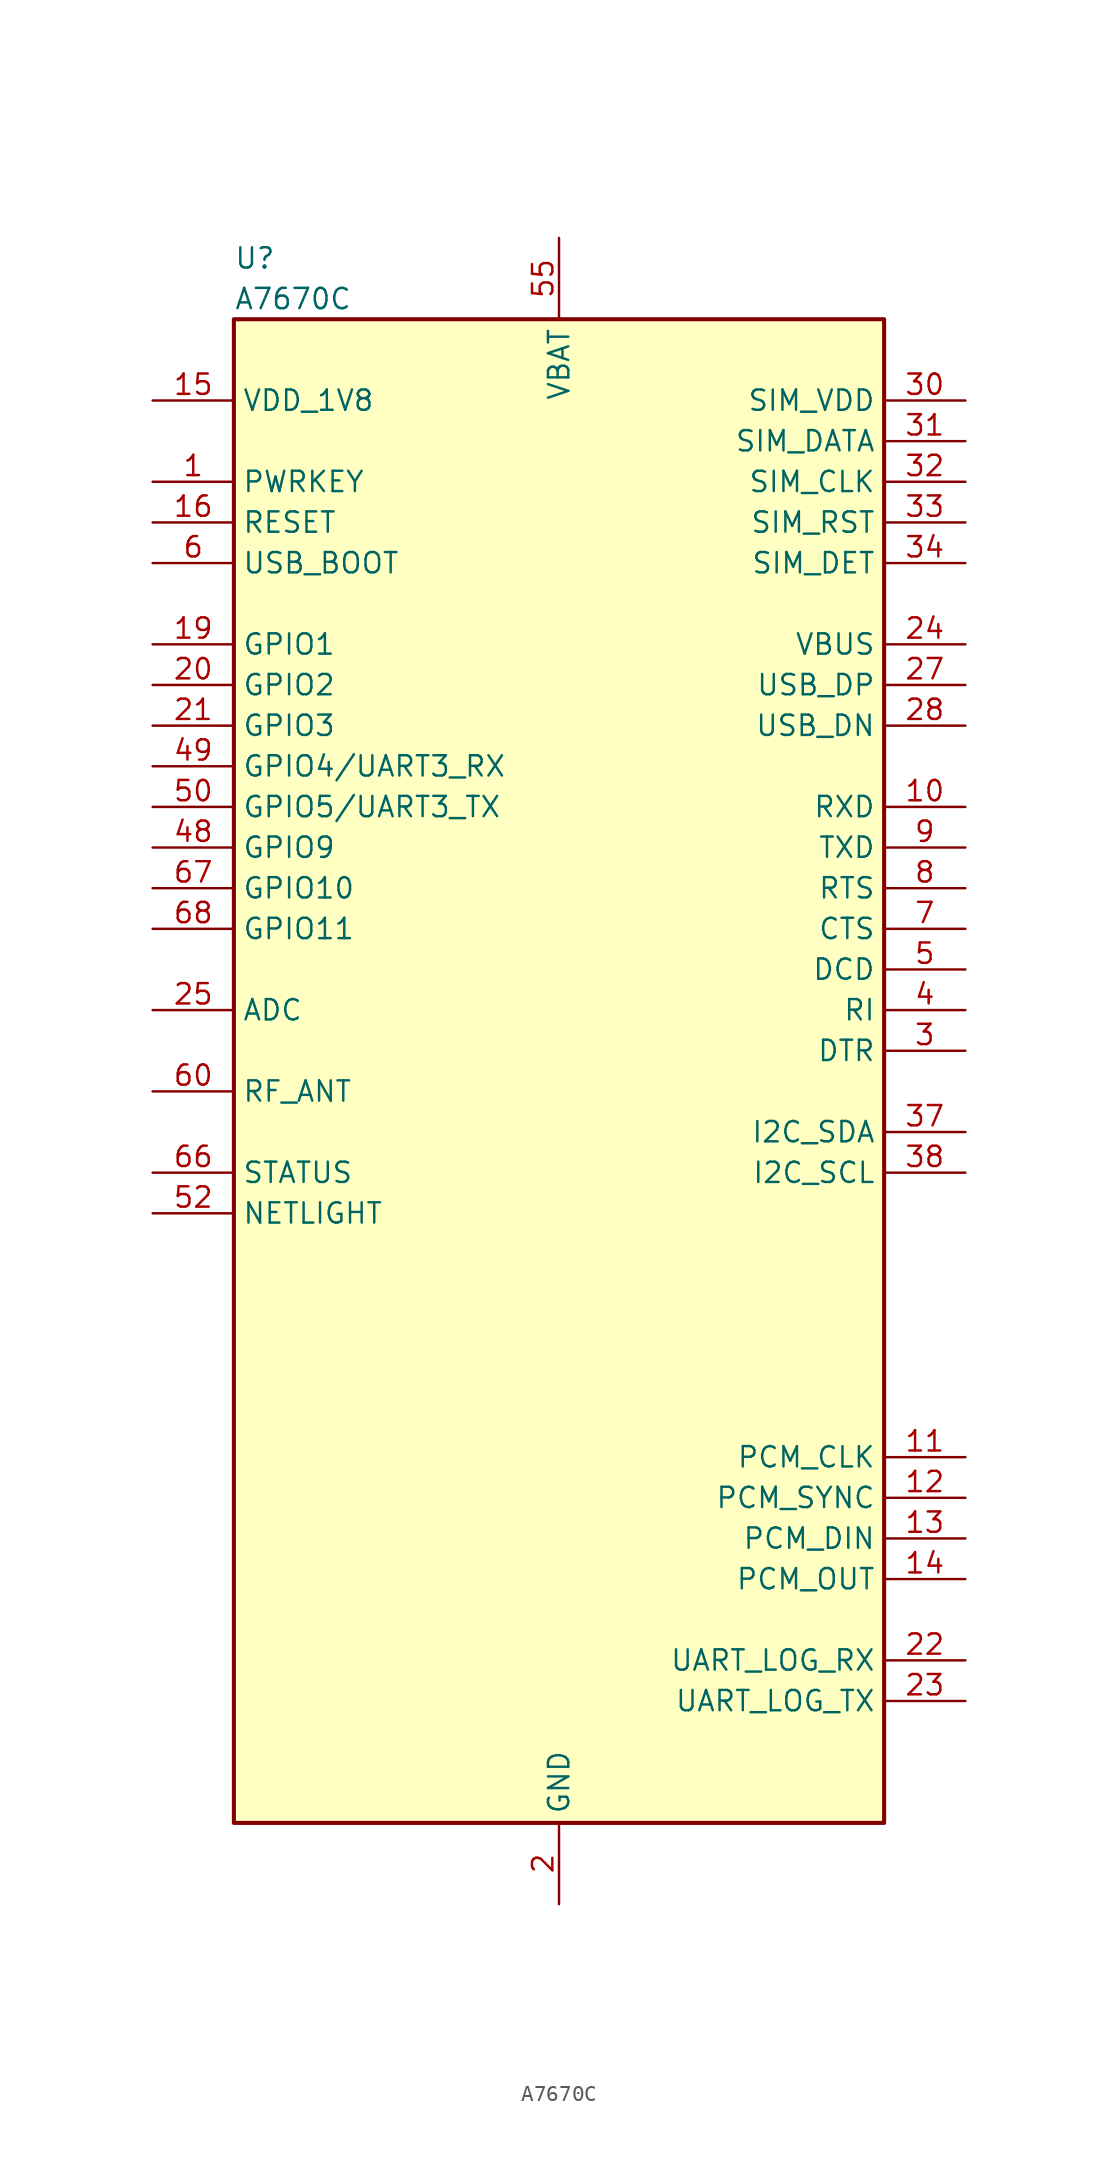
<source format=kicad_sym>
(kicad_symbol_lib
  (version 20220914)
  (generator kicad_symbol_editor)
  (symbol "A7670C"
    (property "Reference" "U"
      (at -20.32 46.99 0)
      (effects (font (size 1.27 1.27)) (justify left)))
    (property "Value" "A7670C"
      (at -20.32 44.45 0)
      (effects (font (size 1.27 1.27)) (justify left)))
    (symbol "A7670C_0_0"
      (pin input line (at -25.4 33.02 0) (length 5.08) (name "PWRKEY" (effects (font (size 1.27 1.27)))) (number "1" (effects (font (size 1.27 1.27)))))
      (pin input line (at 25.4 12.7 180) (length 5.08) (name "RXD" (effects (font (size 1.27 1.27)))) (number "10" (effects (font (size 1.27 1.27)))))
      (pin output line (at 25.4 -27.94 180) (length 5.08) (name "PCM_CLK" (effects (font (size 1.27 1.27)))) (number "11" (effects (font (size 1.27 1.27)))))
      (pin bidirectional line (at 25.4 -30.48 180) (length 5.08) (name "PCM_SYNC" (effects (font (size 1.27 1.27)))) (number "12" (effects (font (size 1.27 1.27)))))
      (pin input line (at 25.4 -33.02 180) (length 5.08) (name "PCM_DIN" (effects (font (size 1.27 1.27)))) (number "13" (effects (font (size 1.27 1.27)))))
      (pin output line (at 25.4 -35.56 180) (length 5.08) (name "PCM_OUT" (effects (font (size 1.27 1.27)))) (number "14" (effects (font (size 1.27 1.27)))))
      (pin power_out line (at -25.4 38.1 0) (length 5.08) (name "VDD_1V8" (effects (font (size 1.27 1.27)))) (number "15" (effects (font (size 1.27 1.27)))))
      (pin bidirectional line (at -25.4 22.86 0) (length 5.08) (name "GPIO1" (effects (font (size 1.27 1.27)))) (number "19" (effects (font (size 1.27 1.27)))))
      (pin bidirectional line (at -25.4 20.32 0) (length 5.08) (name "GPIO2" (effects (font (size 1.27 1.27)))) (number "20" (effects (font (size 1.27 1.27)))))
      (pin bidirectional line (at -25.4 17.78 0) (length 5.08) (name "GPIO3" (effects (font (size 1.27 1.27)))) (number "21" (effects (font (size 1.27 1.27)))))
      (pin input line (at 25.4 -40.64 180) (length 5.08) (name "UART_LOG_RX" (effects (font (size 1.27 1.27)))) (number "22" (effects (font (size 1.27 1.27)))))
      (pin output line (at 25.4 -43.18 180) (length 5.08) (name "UART_LOG_TX" (effects (font (size 1.27 1.27)))) (number "23" (effects (font (size 1.27 1.27)))))
      (pin input line (at 25.4 22.86 180) (length 5.08) (name "VBUS" (effects (font (size 1.27 1.27)))) (number "24" (effects (font (size 1.27 1.27)))))
      (pin input line (at -25.4 0 0) (length 5.08) (name "ADC" (effects (font (size 1.27 1.27)))) (number "25" (effects (font (size 1.27 1.27)))))
      (pin bidirectional line (at 25.4 20.32 180) (length 5.08) (name "USB_DP" (effects (font (size 1.27 1.27)))) (number "27" (effects (font (size 1.27 1.27)))))
      (pin input line (at 25.4 -2.54 180) (length 5.08) (name "DTR" (effects (font (size 1.27 1.27)))) (number "3" (effects (font (size 1.27 1.27)))))
      (pin input line (at 25.4 27.94 180) (length 5.08) (name "SIM_DET" (effects (font (size 1.27 1.27)))) (number "34" (effects (font (size 1.27 1.27)))))
      (pin no_connect line (at 0 5.08 180) (length 5.08) hide (name "NC" (effects (font (size 1.27 1.27)))) (number "35" (effects (font (size 1.27 1.27)))))
      (pin no_connect line (at 0 3.81 180) (length 5.08) hide (name "NC" (effects (font (size 1.27 1.27)))) (number "36" (effects (font (size 1.27 1.27)))))
      (pin bidirectional line (at 25.4 -7.62 180) (length 5.08) (name "I2C_SDA" (effects (font (size 1.27 1.27)))) (number "37" (effects (font (size 1.27 1.27)))))
      (pin output line (at 25.4 0 180) (length 5.08) (name "RI" (effects (font (size 1.27 1.27)))) (number "4" (effects (font (size 1.27 1.27)))))
      (pin no_connect line (at 0 2.54 180) (length 5.08) hide (name "NC" (effects (font (size 1.27 1.27)))) (number "40" (effects (font (size 1.27 1.27)))))
      (pin no_connect line (at 0 1.27 180) (length 5.08) hide (name "NC" (effects (font (size 1.27 1.27)))) (number "41" (effects (font (size 1.27 1.27)))))
      (pin no_connect line (at 0 0 180) (length 5.08) hide (name "NC" (effects (font (size 1.27 1.27)))) (number "42" (effects (font (size 1.27 1.27)))))
      (pin no_connect line (at 0 -1.27 180) (length 5.08) hide (name "NC" (effects (font (size 1.27 1.27)))) (number "43" (effects (font (size 1.27 1.27)))))
      (pin no_connect line (at 0 -3.81 180) (length 5.08) hide (name "NC" (effects (font (size 1.27 1.27)))) (number "47" (effects (font (size 1.27 1.27)))))
      (pin bidirectional line (at -25.4 10.16 0) (length 5.08) (name "GPIO9" (effects (font (size 1.27 1.27)))) (number "48" (effects (font (size 1.27 1.27)))))
      (pin bidirectional line (at -25.4 15.24 0) (length 5.08) (name "GPIO4/UART3_RX" (effects (font (size 1.27 1.27)))) (number "49" (effects (font (size 1.27 1.27)))))
      (pin output line (at 25.4 2.54 180) (length 5.08) (name "DCD" (effects (font (size 1.27 1.27)))) (number "5" (effects (font (size 1.27 1.27)))))
      (pin bidirectional line (at -25.4 12.7 0) (length 5.08) (name "GPIO5/UART3_TX" (effects (font (size 1.27 1.27)))) (number "50" (effects (font (size 1.27 1.27)))))
      (pin no_connect line (at 0 -5.08 180) (length 5.08) hide (name "NC" (effects (font (size 1.27 1.27)))) (number "51" (effects (font (size 1.27 1.27)))))
      (pin power_in line (at 0 48.26 270) (length 5.08) (name "VBAT" (effects (font (size 1.27 1.27)))) (number "55" (effects (font (size 1.27 1.27)))))
      (pin power_in line (at 0 48.26 270) (length 5.08) hide (name "VBAT" (effects (font (size 1.27 1.27)))) (number "56" (effects (font (size 1.27 1.27)))))
      (pin input line (at -25.4 27.94 0) (length 5.08) (name "USB_BOOT" (effects (font (size 1.27 1.27)))) (number "6" (effects (font (size 1.27 1.27)))))
      (pin input line (at -25.4 -10.16 0) (length 5.08) (name "STATUS" (effects (font (size 1.27 1.27)))) (number "66" (effects (font (size 1.27 1.27)))))
      (pin bidirectional line (at -25.4 7.62 0) (length 5.08) (name "GPIO10" (effects (font (size 1.27 1.27)))) (number "67" (effects (font (size 1.27 1.27)))))
      (pin output line (at 25.4 5.08 180) (length 5.08) (name "CTS" (effects (font (size 1.27 1.27)))) (number "7" (effects (font (size 1.27 1.27)))))
      (pin input line (at 25.4 7.62 180) (length 5.08) (name "RTS" (effects (font (size 1.27 1.27)))) (number "8" (effects (font (size 1.27 1.27)))))
      (pin output line (at 25.4 10.16 180) (length 5.08) (name "TXD" (effects (font (size 1.27 1.27)))) (number "9" (effects (font (size 1.27 1.27))))))
    (symbol "A7670C_1_0"
      (rectangle (start -20.32 43.18) (end 20.32 -50.8) (stroke (width 0.254) (type default)) (fill (type background)))
      (pin input line (at -25.4 30.48 0) (length 5.08) (name "RESET" (effects (font (size 1.27 1.27)))) (number "16" (effects (font (size 1.27 1.27)))))
      (pin power_in line (at 0 -55.88 90) (length 5.08) hide (name "GND" (effects (font (size 1.27 1.27)))) (number "17" (effects (font (size 1.27 1.27)))))
      (pin power_in line (at 0 -55.88 90) (length 5.08) hide (name "GND" (effects (font (size 1.27 1.27)))) (number "18" (effects (font (size 1.27 1.27)))))
      (pin power_in line (at 0 -55.88 90) (length 5.08) (name "GND" (effects (font (size 1.27 1.27)))) (number "2" (effects (font (size 1.27 1.27)))))
      (pin no_connect line (at 0 6.35 180) (length 5.08) hide (name "NC" (effects (font (size 1.27 1.27)))) (number "26" (effects (font (size 1.27 1.27)))))
      (pin bidirectional line (at 25.4 17.78 180) (length 5.08) (name "USB_DN" (effects (font (size 1.27 1.27)))) (number "28" (effects (font (size 1.27 1.27)))))
      (pin power_in line (at 0 -55.88 90) (length 5.08) hide (name "GND" (effects (font (size 1.27 1.27)))) (number "29" (effects (font (size 1.27 1.27)))))
      (pin power_out line (at 25.4 38.1 180) (length 5.08) (name "SIM_VDD" (effects (font (size 1.27 1.27)))) (number "30" (effects (font (size 1.27 1.27)))))
      (pin bidirectional line (at 25.4 35.56 180) (length 5.08) (name "SIM_DATA" (effects (font (size 1.27 1.27)))) (number "31" (effects (font (size 1.27 1.27)))))
      (pin bidirectional line (at 25.4 33.02 180) (length 5.08) (name "SIM_CLK" (effects (font (size 1.27 1.27)))) (number "32" (effects (font (size 1.27 1.27)))))
      (pin bidirectional line (at 25.4 30.48 180) (length 5.08) (name "SIM_RST" (effects (font (size 1.27 1.27)))) (number "33" (effects (font (size 1.27 1.27)))))
      (pin output line (at 25.4 -10.16 180) (length 5.08) (name "I2C_SCL" (effects (font (size 1.27 1.27)))) (number "38" (effects (font (size 1.27 1.27)))))
      (pin power_in line (at 0 -55.88 90) (length 5.08) hide (name "GND" (effects (font (size 1.27 1.27)))) (number "39" (effects (font (size 1.27 1.27)))))
      (pin no_connect line (at 0 -2.54 180) (length 5.08) hide (name "NC" (effects (font (size 1.27 1.27)))) (number "44" (effects (font (size 1.27 1.27)))))
      (pin power_in line (at 0 -55.88 90) (length 5.08) hide (name "GND" (effects (font (size 1.27 1.27)))) (number "45" (effects (font (size 1.27 1.27)))))
      (pin power_in line (at 0 -55.88 90) (length 5.08) hide (name "GND" (effects (font (size 1.27 1.27)))) (number "46" (effects (font (size 1.27 1.27)))))
      (pin output line (at -25.4 -12.7 0) (length 5.08) (name "NETLIGHT" (effects (font (size 1.27 1.27)))) (number "52" (effects (font (size 1.27 1.27)))))
      (pin no_connect line (at 0 -6.35 180) (length 5.08) hide (name "NC" (effects (font (size 1.27 1.27)))) (number "53" (effects (font (size 1.27 1.27)))))
      (pin power_in line (at 0 -55.88 90) (length 5.08) hide (name "GND" (effects (font (size 1.27 1.27)))) (number "54" (effects (font (size 1.27 1.27)))))
      (pin power_in line (at 0 48.26 270) (length 5.08) hide (name "VBAT" (effects (font (size 1.27 1.27)))) (number "57" (effects (font (size 1.27 1.27)))))
      (pin power_in line (at 0 -55.88 90) (length 5.08) hide (name "GND" (effects (font (size 1.27 1.27)))) (number "58" (effects (font (size 1.27 1.27)))))
      (pin power_in line (at 0 -55.88 90) (length 5.08) hide (name "GND" (effects (font (size 1.27 1.27)))) (number "59" (effects (font (size 1.27 1.27)))))
      (pin bidirectional line (at -25.4 -5.08 0) (length 5.08) (name "RF_ANT" (effects (font (size 1.27 1.27)))) (number "60" (effects (font (size 1.27 1.27)))))
      (pin power_in line (at 0 -55.88 90) (length 5.08) hide (name "GND" (effects (font (size 1.27 1.27)))) (number "61" (effects (font (size 1.27 1.27)))))
      (pin power_in line (at 0 -55.88 90) (length 5.08) hide (name "GND" (effects (font (size 1.27 1.27)))) (number "62" (effects (font (size 1.27 1.27)))))
      (pin power_in line (at 0 -55.88 90) (length 5.08) hide (name "GND" (effects (font (size 1.27 1.27)))) (number "63" (effects (font (size 1.27 1.27)))))
      (pin power_in line (at 0 -55.88 90) (length 5.08) hide (name "GND" (effects (font (size 1.27 1.27)))) (number "64" (effects (font (size 1.27 1.27)))))
      (pin power_in line (at 0 -55.88 90) (length 5.08) hide (name "GND" (effects (font (size 1.27 1.27)))) (number "65" (effects (font (size 1.27 1.27)))))
      (pin bidirectional line (at -25.4 5.08 0) (length 5.08) (name "GPIO11" (effects (font (size 1.27 1.27)))) (number "68" (effects (font (size 1.27 1.27)))))
      (pin power_in line (at 0 -55.88 90) (length 5.08) hide (name "GND" (effects (font (size 1.27 1.27)))) (number "69" (effects (font (size 1.27 1.27)))))
      (pin power_in line (at 0 -55.88 90) (length 5.08) hide (name "GND" (effects (font (size 1.27 1.27)))) (number "70" (effects (font (size 1.27 1.27)))))
      (pin power_in line (at 0 -55.88 90) (length 5.08) hide (name "GND" (effects (font (size 1.27 1.27)))) (number "71" (effects (font (size 1.27 1.27)))))
      (pin power_in line (at 0 -55.88 90) (length 5.08) hide (name "GND" (effects (font (size 1.27 1.27)))) (number "72" (effects (font (size 1.27 1.27)))))
      (pin power_in line (at 0 -55.88 90) (length 5.08) hide (name "GND" (effects (font (size 1.27 1.27)))) (number "73" (effects (font (size 1.27 1.27)))))
      (pin power_in line (at 0 -55.88 90) (length 5.08) hide (name "GND" (effects (font (size 1.27 1.27)))) (number "74" (effects (font (size 1.27 1.27)))))
      (pin power_in line (at 0 -55.88 90) (length 5.08) hide (name "GND" (effects (font (size 1.27 1.27)))) (number "75" (effects (font (size 1.27 1.27)))))
      (pin power_in line (at 0 -55.88 90) (length 5.08) hide (name "GND" (effects (font (size 1.27 1.27)))) (number "76" (effects (font (size 1.27 1.27)))))
      (pin power_in line (at 0 -55.88 90) (length 5.08) hide (name "GND" (effects (font (size 1.27 1.27)))) (number "77" (effects (font (size 1.27 1.27)))))
      (pin power_in line (at 0 -55.88 90) (length 5.08) hide (name "GND" (effects (font (size 1.27 1.27)))) (number "78" (effects (font (size 1.27 1.27)))))
      (pin power_in line (at 0 -55.88 90) (length 5.08) hide (name "GND" (effects (font (size 1.27 1.27)))) (number "79" (effects (font (size 1.27 1.27)))))
      (pin power_in line (at 0 -55.88 90) (length 5.08) hide (name "GND" (effects (font (size 1.27 1.27)))) (number "80" (effects (font (size 1.27 1.27)))))
      (pin power_in line (at 0 -55.88 90) (length 5.08) hide (name "GND" (effects (font (size 1.27 1.27)))) (number "81" (effects (font (size 1.27 1.27)))))
      (pin power_in line (at 0 -55.88 90) (length 5.08) hide (name "GND" (effects (font (size 1.27 1.27)))) (number "82" (effects (font (size 1.27 1.27)))))
      (pin power_in line (at 0 -55.88 90) (length 5.08) hide (name "GND" (effects (font (size 1.27 1.27)))) (number "83" (effects (font (size 1.27 1.27)))))
      (pin power_in line (at 0 -55.88 90) (length 5.08) hide (name "GND" (effects (font (size 1.27 1.27)))) (number "84" (effects (font (size 1.27 1.27)))))
      (pin power_in line (at 0 -55.88 90) (length 5.08) hide (name "GND" (effects (font (size 1.27 1.27)))) (number "85" (effects (font (size 1.27 1.27)))))
      (pin power_in line (at 0 -55.88 90) (length 5.08) hide (name "GND" (effects (font (size 1.27 1.27)))) (number "86" (effects (font (size 1.27 1.27)))))
      (pin power_in line (at 0 -55.88 90) (length 5.08) hide (name "GND" (effects (font (size 1.27 1.27)))) (number "87" (effects (font (size 1.27 1.27)))))
      (pin power_in line (at 0 -55.88 90) (length 5.08) hide (name "GND" (effects (font (size 1.27 1.27)))) (number "88" (effects (font (size 1.27 1.27))))))))
</source>
